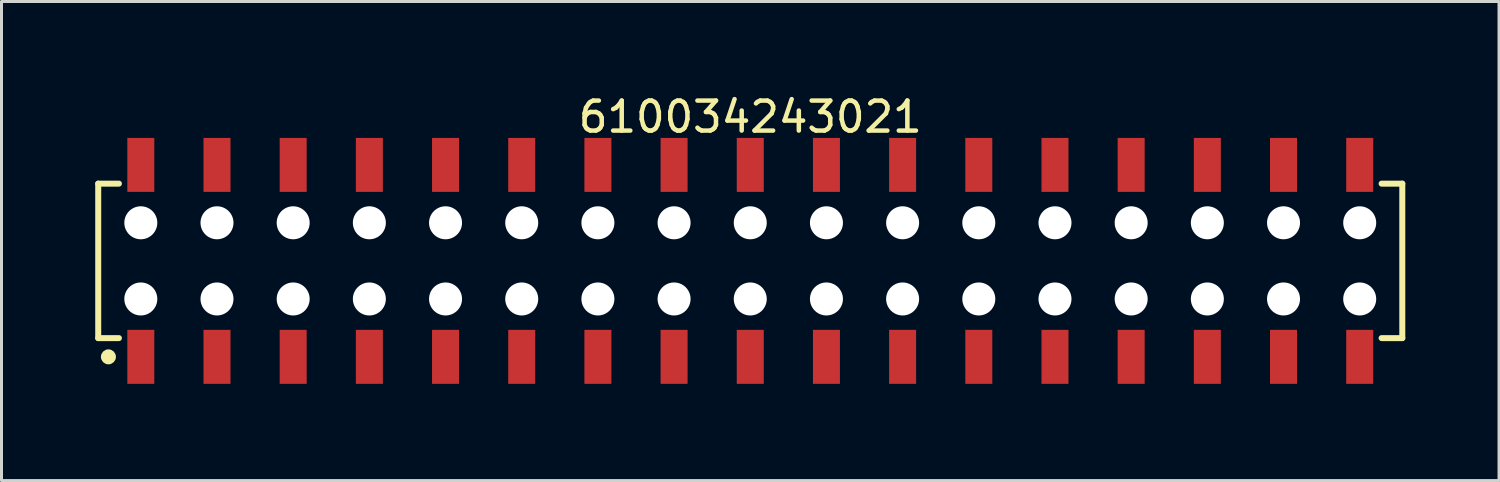
<source format=kicad_pcb>
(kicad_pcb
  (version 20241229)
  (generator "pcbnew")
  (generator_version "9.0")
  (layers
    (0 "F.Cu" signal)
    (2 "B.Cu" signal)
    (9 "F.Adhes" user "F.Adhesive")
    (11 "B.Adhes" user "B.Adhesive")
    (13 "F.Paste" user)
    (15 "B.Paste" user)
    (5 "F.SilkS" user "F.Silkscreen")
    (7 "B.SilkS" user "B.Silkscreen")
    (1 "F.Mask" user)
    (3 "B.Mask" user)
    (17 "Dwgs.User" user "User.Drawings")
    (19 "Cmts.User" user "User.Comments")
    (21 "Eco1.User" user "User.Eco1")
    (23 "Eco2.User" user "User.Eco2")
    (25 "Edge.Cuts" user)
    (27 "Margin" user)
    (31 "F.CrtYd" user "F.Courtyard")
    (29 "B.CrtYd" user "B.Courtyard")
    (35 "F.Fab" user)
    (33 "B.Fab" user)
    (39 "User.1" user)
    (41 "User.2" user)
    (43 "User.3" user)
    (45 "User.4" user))
  (footprint "610034243021"
    (layer "F.Cu")
    (at 21.965 5.648)
    (property "Reference" "610034243021" (at 0 -4.8 0) (layer "F.SilkS") (effects (font (size 1 1) (thickness 0.15))))
    (fp_line (start -21.74 -2.575) (end -21.05 -2.575) (stroke (width 0.2) (type solid)) (layer "F.SilkS"))
    (fp_line (start -21.74 2.575) (end -21.74 -2.575) (stroke (width 0.2) (type solid)) (layer "F.SilkS"))
    (fp_line (start -21.74 2.575) (end -21.05 2.575) (stroke (width 0.2) (type solid)) (layer "F.SilkS"))
    (fp_line (start 21.05 -2.575) (end 21.74 -2.575) (stroke (width 0.2) (type solid)) (layer "F.SilkS"))
    (fp_line (start 21.05 2.575) (end 21.74 2.575) (stroke (width 0.2) (type solid)) (layer "F.SilkS"))
    (fp_line (start 21.74 2.575) (end 21.74 -2.575) (stroke (width 0.2) (type solid)) (layer "F.SilkS"))
    (fp_circle (center -21.4 3.2) (end -21.4 3.075) (stroke (width 0.25) (type solid)) (fill no) (layer "F.SilkS"))
    (fp_line (start -21.94 -4.3) (end 21.94 -4.3) (stroke (width 0.05) (type solid)) (layer "Eco2.User"))
    (fp_line (start -21.94 4.3) (end -21.94 -4.3) (stroke (width 0.05) (type solid)) (layer "Eco2.User"))
    (fp_line (start -21.94 4.3) (end 21.94 4.3) (stroke (width 0.05) (type solid)) (layer "Eco2.User"))
    (fp_line (start -21.59 -2.5) (end 21.59 -2.5) (stroke (width 0.1) (type solid)) (layer "Eco2.User"))
    (fp_line (start -21.59 2.5) (end -21.59 -2.5) (stroke (width 0.1) (type solid)) (layer "Eco2.User"))
    (fp_line (start -21.59 2.5) (end 21.59 2.5) (stroke (width 0.1) (type solid)) (layer "Eco2.User"))
    (fp_line (start -20.57 -3.6) (end -20.07 -3.6) (stroke (width 0.1) (type solid)) (layer "Eco2.User"))
    (fp_line (start -20.57 -2.5) (end -20.57 -3.6) (stroke (width 0.1) (type solid)) (layer "Eco2.User"))
    (fp_line (start -20.57 3.6) (end -20.57 2.5) (stroke (width 0.1) (type solid)) (layer "Eco2.User"))
    (fp_line (start -20.57 3.6) (end -20.07 3.6) (stroke (width 0.1) (type solid)) (layer "Eco2.User"))
    (fp_line (start -20.07 -2.5) (end -20.07 -3.6) (stroke (width 0.1) (type solid)) (layer "Eco2.User"))
    (fp_line (start -20.07 3.6) (end -20.07 2.5) (stroke (width 0.1) (type solid)) (layer "Eco2.User"))
    (fp_line (start -18.03 -3.6) (end -17.53 -3.6) (stroke (width 0.1) (type solid)) (layer "Eco2.User"))
    (fp_line (start -18.03 -2.5) (end -18.03 -3.6) (stroke (width 0.1) (type solid)) (layer "Eco2.User"))
    (fp_line (start -18.03 3.6) (end -18.03 2.5) (stroke (width 0.1) (type solid)) (layer "Eco2.User"))
    (fp_line (start -18.03 3.6) (end -17.53 3.6) (stroke (width 0.1) (type solid)) (layer "Eco2.User"))
    (fp_line (start -17.53 -2.5) (end -17.53 -3.6) (stroke (width 0.1) (type solid)) (layer "Eco2.User"))
    (fp_line (start -17.53 3.6) (end -17.53 2.5) (stroke (width 0.1) (type solid)) (layer "Eco2.User"))
    (fp_line (start -15.49 -3.6) (end -14.99 -3.6) (stroke (width 0.1) (type solid)) (layer "Eco2.User"))
    (fp_line (start -15.49 -2.5) (end -15.49 -3.6) (stroke (width 0.1) (type solid)) (layer "Eco2.User"))
    (fp_line (start -15.49 3.6) (end -15.49 2.5) (stroke (width 0.1) (type solid)) (layer "Eco2.User"))
    (fp_line (start -15.49 3.6) (end -14.99 3.6) (stroke (width 0.1) (type solid)) (layer "Eco2.User"))
    (fp_line (start -14.99 -2.5) (end -14.99 -3.6) (stroke (width 0.1) (type solid)) (layer "Eco2.User"))
    (fp_line (start -14.99 3.6) (end -14.99 2.5) (stroke (width 0.1) (type solid)) (layer "Eco2.User"))
    (fp_line (start -12.95 -3.6) (end -12.45 -3.6) (stroke (width 0.1) (type solid)) (layer "Eco2.User"))
    (fp_line (start -12.95 -2.5) (end -12.95 -3.6) (stroke (width 0.1) (type solid)) (layer "Eco2.User"))
    (fp_line (start -12.95 3.6) (end -12.95 2.5) (stroke (width 0.1) (type solid)) (layer "Eco2.User"))
    (fp_line (start -12.95 3.6) (end -12.45 3.6) (stroke (width 0.1) (type solid)) (layer "Eco2.User"))
    (fp_line (start -12.45 -2.5) (end -12.45 -3.6) (stroke (width 0.1) (type solid)) (layer "Eco2.User"))
    (fp_line (start -12.45 3.6) (end -12.45 2.5) (stroke (width 0.1) (type solid)) (layer "Eco2.User"))
    (fp_line (start -10.41 -3.6) (end -9.91 -3.6) (stroke (width 0.1) (type solid)) (layer "Eco2.User"))
    (fp_line (start -10.41 -2.5) (end -10.41 -3.6) (stroke (width 0.1) (type solid)) (layer "Eco2.User"))
    (fp_line (start -10.41 3.6) (end -10.41 2.5) (stroke (width 0.1) (type solid)) (layer "Eco2.User"))
    (fp_line (start -10.41 3.6) (end -9.91 3.6) (stroke (width 0.1) (type solid)) (layer "Eco2.User"))
    (fp_line (start -9.91 -2.5) (end -9.91 -3.6) (stroke (width 0.1) (type solid)) (layer "Eco2.User"))
    (fp_line (start -9.91 3.6) (end -9.91 2.5) (stroke (width 0.1) (type solid)) (layer "Eco2.User"))
    (fp_line (start -7.87 -3.6) (end -7.37 -3.6) (stroke (width 0.1) (type solid)) (layer "Eco2.User"))
    (fp_line (start -7.87 -2.5) (end -7.87 -3.6) (stroke (width 0.1) (type solid)) (layer "Eco2.User"))
    (fp_line (start -7.87 3.6) (end -7.87 2.5) (stroke (width 0.1) (type solid)) (layer "Eco2.User"))
    (fp_line (start -7.87 3.6) (end -7.37 3.6) (stroke (width 0.1) (type solid)) (layer "Eco2.User"))
    (fp_line (start -7.37 -2.5) (end -7.37 -3.6) (stroke (width 0.1) (type solid)) (layer "Eco2.User"))
    (fp_line (start -7.37 3.6) (end -7.37 2.5) (stroke (width 0.1) (type solid)) (layer "Eco2.User"))
    (fp_line (start -5.33 -3.6) (end -4.83 -3.6) (stroke (width 0.1) (type solid)) (layer "Eco2.User"))
    (fp_line (start -5.33 -2.5) (end -5.33 -3.6) (stroke (width 0.1) (type solid)) (layer "Eco2.User"))
    (fp_line (start -5.33 3.6) (end -5.33 2.5) (stroke (width 0.1) (type solid)) (layer "Eco2.User"))
    (fp_line (start -5.33 3.6) (end -4.83 3.6) (stroke (width 0.1) (type solid)) (layer "Eco2.User"))
    (fp_line (start -4.83 -2.5) (end -4.83 -3.6) (stroke (width 0.1) (type solid)) (layer "Eco2.User"))
    (fp_line (start -4.83 3.6) (end -4.83 2.5) (stroke (width 0.1) (type solid)) (layer "Eco2.User"))
    (fp_line (start -2.79 -3.6) (end -2.29 -3.6) (stroke (width 0.1) (type solid)) (layer "Eco2.User"))
    (fp_line (start -2.79 -2.5) (end -2.79 -3.6) (stroke (width 0.1) (type solid)) (layer "Eco2.User"))
    (fp_line (start -2.79 3.6) (end -2.79 2.5) (stroke (width 0.1) (type solid)) (layer "Eco2.User"))
    (fp_line (start -2.79 3.6) (end -2.29 3.6) (stroke (width 0.1) (type solid)) (layer "Eco2.User"))
    (fp_line (start -2.29 -2.5) (end -2.29 -3.6) (stroke (width 0.1) (type solid)) (layer "Eco2.User"))
    (fp_line (start -2.29 3.6) (end -2.29 2.5) (stroke (width 0.1) (type solid)) (layer "Eco2.User"))
    (fp_line (start -0.5 0) (end 0.5 0) (stroke (width 0.05) (type solid)) (layer "Eco2.User"))
    (fp_line (start -0.25 -3.6) (end 0.25 -3.6) (stroke (width 0.1) (type solid)) (layer "Eco2.User"))
    (fp_line (start -0.25 -2.5) (end -0.25 -3.6) (stroke (width 0.1) (type solid)) (layer "Eco2.User"))
    (fp_line (start -0.25 3.6) (end -0.25 2.5) (stroke (width 0.1) (type solid)) (layer "Eco2.User"))
    (fp_line (start -0.25 3.6) (end 0.25 3.6) (stroke (width 0.1) (type solid)) (layer "Eco2.User"))
    (fp_line (start 0 0.5) (end 0 -0.5) (stroke (width 0.05) (type solid)) (layer "Eco2.User"))
    (fp_line (start 0.25 -2.5) (end 0.25 -3.6) (stroke (width 0.1) (type solid)) (layer "Eco2.User"))
    (fp_line (start 0.25 3.6) (end 0.25 2.5) (stroke (width 0.1) (type solid)) (layer "Eco2.User"))
    (fp_line (start 2.29 -3.6) (end 2.79 -3.6) (stroke (width 0.1) (type solid)) (layer "Eco2.User"))
    (fp_line (start 2.29 -2.5) (end 2.29 -3.6) (stroke (width 0.1) (type solid)) (layer "Eco2.User"))
    (fp_line (start 2.29 3.6) (end 2.29 2.5) (stroke (width 0.1) (type solid)) (layer "Eco2.User"))
    (fp_line (start 2.29 3.6) (end 2.79 3.6) (stroke (width 0.1) (type solid)) (layer "Eco2.User"))
    (fp_line (start 2.79 -2.5) (end 2.79 -3.6) (stroke (width 0.1) (type solid)) (layer "Eco2.User"))
    (fp_line (start 2.79 3.6) (end 2.79 2.5) (stroke (width 0.1) (type solid)) (layer "Eco2.User"))
    (fp_line (start 4.83 -3.6) (end 5.33 -3.6) (stroke (width 0.1) (type solid)) (layer "Eco2.User"))
    (fp_line (start 4.83 -2.5) (end 4.83 -3.6) (stroke (width 0.1) (type solid)) (layer "Eco2.User"))
    (fp_line (start 4.83 3.6) (end 4.83 2.5) (stroke (width 0.1) (type solid)) (layer "Eco2.User"))
    (fp_line (start 4.83 3.6) (end 5.33 3.6) (stroke (width 0.1) (type solid)) (layer "Eco2.User"))
    (fp_line (start 5.33 -2.5) (end 5.33 -3.6) (stroke (width 0.1) (type solid)) (layer "Eco2.User"))
    (fp_line (start 5.33 3.6) (end 5.33 2.5) (stroke (width 0.1) (type solid)) (layer "Eco2.User"))
    (fp_line (start 7.37 -3.6) (end 7.87 -3.6) (stroke (width 0.1) (type solid)) (layer "Eco2.User"))
    (fp_line (start 7.37 -2.5) (end 7.37 -3.6) (stroke (width 0.1) (type solid)) (layer "Eco2.User"))
    (fp_line (start 7.37 3.6) (end 7.37 2.5) (stroke (width 0.1) (type solid)) (layer "Eco2.User"))
    (fp_line (start 7.37 3.6) (end 7.87 3.6) (stroke (width 0.1) (type solid)) (layer "Eco2.User"))
    (fp_line (start 7.87 -2.5) (end 7.87 -3.6) (stroke (width 0.1) (type solid)) (layer "Eco2.User"))
    (fp_line (start 7.87 3.6) (end 7.87 2.5) (stroke (width 0.1) (type solid)) (layer "Eco2.User"))
    (fp_line (start 9.91 -3.6) (end 10.41 -3.6) (stroke (width 0.1) (type solid)) (layer "Eco2.User"))
    (fp_line (start 9.91 -2.5) (end 9.91 -3.6) (stroke (width 0.1) (type solid)) (layer "Eco2.User"))
    (fp_line (start 9.91 3.6) (end 9.91 2.5) (stroke (width 0.1) (type solid)) (layer "Eco2.User"))
    (fp_line (start 9.91 3.6) (end 10.41 3.6) (stroke (width 0.1) (type solid)) (layer "Eco2.User"))
    (fp_line (start 10.41 -2.5) (end 10.41 -3.6) (stroke (width 0.1) (type solid)) (layer "Eco2.User"))
    (fp_line (start 10.41 3.6) (end 10.41 2.5) (stroke (width 0.1) (type solid)) (layer "Eco2.User"))
    (fp_line (start 12.45 -3.6) (end 12.95 -3.6) (stroke (width 0.1) (type solid)) (layer "Eco2.User"))
    (fp_line (start 12.45 -2.5) (end 12.45 -3.6) (stroke (width 0.1) (type solid)) (layer "Eco2.User"))
    (fp_line (start 12.45 3.6) (end 12.45 2.5) (stroke (width 0.1) (type solid)) (layer "Eco2.User"))
    (fp_line (start 12.45 3.6) (end 12.95 3.6) (stroke (width 0.1) (type solid)) (layer "Eco2.User"))
    (fp_line (start 12.95 -2.5) (end 12.95 -3.6) (stroke (width 0.1) (type solid)) (layer "Eco2.User"))
    (fp_line (start 12.95 3.6) (end 12.95 2.5) (stroke (width 0.1) (type solid)) (layer "Eco2.User"))
    (fp_line (start 14.99 -3.6) (end 15.49 -3.6) (stroke (width 0.1) (type solid)) (layer "Eco2.User"))
    (fp_line (start 14.99 -2.5) (end 14.99 -3.6) (stroke (width 0.1) (type solid)) (layer "Eco2.User"))
    (fp_line (start 14.99 3.6) (end 14.99 2.5) (stroke (width 0.1) (type solid)) (layer "Eco2.User"))
    (fp_line (start 14.99 3.6) (end 15.49 3.6) (stroke (width 0.1) (type solid)) (layer "Eco2.User"))
    (fp_line (start 15.49 -2.5) (end 15.49 -3.6) (stroke (width 0.1) (type solid)) (layer "Eco2.User"))
    (fp_line (start 15.49 3.6) (end 15.49 2.5) (stroke (width 0.1) (type solid)) (layer "Eco2.User"))
    (fp_line (start 17.53 -3.6) (end 18.03 -3.6) (stroke (width 0.1) (type solid)) (layer "Eco2.User"))
    (fp_line (start 17.53 -2.5) (end 17.53 -3.6) (stroke (width 0.1) (type solid)) (layer "Eco2.User"))
    (fp_line (start 17.53 3.6) (end 17.53 2.5) (stroke (width 0.1) (type solid)) (layer "Eco2.User"))
    (fp_line (start 17.53 3.6) (end 18.03 3.6) (stroke (width 0.1) (type solid)) (layer "Eco2.User"))
    (fp_line (start 18.03 -2.5) (end 18.03 -3.6) (stroke (width 0.1) (type solid)) (layer "Eco2.User"))
    (fp_line (start 18.03 3.6) (end 18.03 2.5) (stroke (width 0.1) (type solid)) (layer "Eco2.User"))
    (fp_line (start 20.07 -3.6) (end 20.57 -3.6) (stroke (width 0.1) (type solid)) (layer "Eco2.User"))
    (fp_line (start 20.07 -2.5) (end 20.07 -3.6) (stroke (width 0.1) (type solid)) (layer "Eco2.User"))
    (fp_line (start 20.07 3.6) (end 20.07 2.5) (stroke (width 0.1) (type solid)) (layer "Eco2.User"))
    (fp_line (start 20.07 3.6) (end 20.57 3.6) (stroke (width 0.1) (type solid)) (layer "Eco2.User"))
    (fp_line (start 20.57 -2.5) (end 20.57 -3.6) (stroke (width 0.1) (type solid)) (layer "Eco2.User"))
    (fp_line (start 20.57 3.6) (end 20.57 2.5) (stroke (width 0.1) (type solid)) (layer "Eco2.User"))
    (fp_line (start 21.59 2.5) (end 21.59 -2.5) (stroke (width 0.1) (type solid)) (layer "Eco2.User"))
    (fp_line (start 21.94 4.3) (end 21.94 -4.3) (stroke (width 0.05) (type solid)) (layer "Eco2.User"))
    (fp_text user "${REFERENCE}" (at 0.15 -0.197 0) (unlocked yes) (layer "User.3") (effects (font (size 1.5 1.5) (thickness 0.15))))
    (pad "" np_thru_hole circle (at -20.32 -1.27) (size 1.1 1.1) (drill 1.1) (layers "*.Cu" "*.Mask"))
    (pad "" np_thru_hole circle (at -20.32 1.27) (size 1.1 1.1) (drill 1.1) (layers "*.Cu" "*.Mask"))
    (pad "" np_thru_hole circle (at -17.78 -1.27) (size 1.1 1.1) (drill 1.1) (layers "*.Cu" "*.Mask"))
    (pad "" np_thru_hole circle (at -17.78 1.27) (size 1.1 1.1) (drill 1.1) (layers "*.Cu" "*.Mask"))
    (pad "" np_thru_hole circle (at -15.24 -1.27) (size 1.1 1.1) (drill 1.1) (layers "*.Cu" "*.Mask"))
    (pad "" np_thru_hole circle (at -15.24 1.27) (size 1.1 1.1) (drill 1.1) (layers "*.Cu" "*.Mask"))
    (pad "" np_thru_hole circle (at -12.7 -1.27) (size 1.1 1.1) (drill 1.1) (layers "*.Cu" "*.Mask"))
    (pad "" np_thru_hole circle (at -12.7 1.27) (size 1.1 1.1) (drill 1.1) (layers "*.Cu" "*.Mask"))
    (pad "" np_thru_hole circle (at -10.16 -1.27) (size 1.1 1.1) (drill 1.1) (layers "*.Cu" "*.Mask"))
    (pad "" np_thru_hole circle (at -10.16 1.27) (size 1.1 1.1) (drill 1.1) (layers "*.Cu" "*.Mask"))
    (pad "" np_thru_hole circle (at -7.62 -1.27) (size 1.1 1.1) (drill 1.1) (layers "*.Cu" "*.Mask"))
    (pad "" np_thru_hole circle (at -7.62 1.27) (size 1.1 1.1) (drill 1.1) (layers "*.Cu" "*.Mask"))
    (pad "" np_thru_hole circle (at -5.08 -1.27) (size 1.1 1.1) (drill 1.1) (layers "*.Cu" "*.Mask"))
    (pad "" np_thru_hole circle (at -5.08 1.27) (size 1.1 1.1) (drill 1.1) (layers "*.Cu" "*.Mask"))
    (pad "" np_thru_hole circle (at -2.54 -1.27) (size 1.1 1.1) (drill 1.1) (layers "*.Cu" "*.Mask"))
    (pad "" np_thru_hole circle (at -2.54 1.27) (size 1.1 1.1) (drill 1.1) (layers "*.Cu" "*.Mask"))
    (pad "" np_thru_hole circle (at 0 -1.27) (size 1.1 1.1) (drill 1.1) (layers "*.Cu" "*.Mask"))
    (pad "" np_thru_hole circle (at 0 1.27) (size 1.1 1.1) (drill 1.1) (layers "*.Cu" "*.Mask"))
    (pad "" np_thru_hole circle (at 2.54 -1.27) (size 1.1 1.1) (drill 1.1) (layers "*.Cu" "*.Mask"))
    (pad "" np_thru_hole circle (at 2.54 1.27) (size 1.1 1.1) (drill 1.1) (layers "*.Cu" "*.Mask"))
    (pad "" np_thru_hole circle (at 5.08 -1.27) (size 1.1 1.1) (drill 1.1) (layers "*.Cu" "*.Mask"))
    (pad "" np_thru_hole circle (at 5.08 1.27) (size 1.1 1.1) (drill 1.1) (layers "*.Cu" "*.Mask"))
    (pad "" np_thru_hole circle (at 7.62 -1.27) (size 1.1 1.1) (drill 1.1) (layers "*.Cu" "*.Mask"))
    (pad "" np_thru_hole circle (at 7.62 1.27) (size 1.1 1.1) (drill 1.1) (layers "*.Cu" "*.Mask"))
    (pad "" np_thru_hole circle (at 10.16 -1.27) (size 1.1 1.1) (drill 1.1) (layers "*.Cu" "*.Mask"))
    (pad "" np_thru_hole circle (at 10.16 1.27) (size 1.1 1.1) (drill 1.1) (layers "*.Cu" "*.Mask"))
    (pad "" np_thru_hole circle (at 12.7 -1.27) (size 1.1 1.1) (drill 1.1) (layers "*.Cu" "*.Mask"))
    (pad "" np_thru_hole circle (at 12.7 1.27) (size 1.1 1.1) (drill 1.1) (layers "*.Cu" "*.Mask"))
    (pad "" np_thru_hole circle (at 15.24 -1.27) (size 1.1 1.1) (drill 1.1) (layers "*.Cu" "*.Mask"))
    (pad "" np_thru_hole circle (at 15.24 1.27) (size 1.1 1.1) (drill 1.1) (layers "*.Cu" "*.Mask"))
    (pad "" np_thru_hole circle (at 17.78 -1.27) (size 1.1 1.1) (drill 1.1) (layers "*.Cu" "*.Mask"))
    (pad "" np_thru_hole circle (at 17.78 1.27) (size 1.1 1.1) (drill 1.1) (layers "*.Cu" "*.Mask"))
    (pad "" np_thru_hole circle (at 20.32 -1.27) (size 1.1 1.1) (drill 1.1) (layers "*.Cu" "*.Mask"))
    (pad "" np_thru_hole circle (at 20.32 1.27) (size 1.1 1.1) (drill 1.1) (layers "*.Cu" "*.Mask"))
    (pad "1" smd rect (at -20.32 3.2) (size 0.9 1.8) (layers "F.Cu" "F.Mask" "F.Paste"))
    (pad "2" smd rect (at -20.32 -3.2) (size 0.9 1.8) (layers "F.Cu" "F.Mask" "F.Paste"))
    (pad "3" smd rect (at -17.78 3.2) (size 0.9 1.8) (layers "F.Cu" "F.Mask" "F.Paste"))
    (pad "4" smd rect (at -17.78 -3.2) (size 0.9 1.8) (layers "F.Cu" "F.Mask" "F.Paste"))
    (pad "5" smd rect (at -15.24 3.2) (size 0.9 1.8) (layers "F.Cu" "F.Mask" "F.Paste"))
    (pad "6" smd rect (at -15.24 -3.2) (size 0.9 1.8) (layers "F.Cu" "F.Mask" "F.Paste"))
    (pad "7" smd rect (at -12.7 3.2) (size 0.9 1.8) (layers "F.Cu" "F.Mask" "F.Paste"))
    (pad "8" smd rect (at -12.7 -3.2) (size 0.9 1.8) (layers "F.Cu" "F.Mask" "F.Paste"))
    (pad "9" smd rect (at -10.16 3.2) (size 0.9 1.8) (layers "F.Cu" "F.Mask" "F.Paste"))
    (pad "10" smd rect (at -10.16 -3.2) (size 0.9 1.8) (layers "F.Cu" "F.Mask" "F.Paste"))
    (pad "11" smd rect (at -7.62 3.2) (size 0.9 1.8) (layers "F.Cu" "F.Mask" "F.Paste"))
    (pad "12" smd rect (at -7.62 -3.2) (size 0.9 1.8) (layers "F.Cu" "F.Mask" "F.Paste"))
    (pad "13" smd rect (at -5.08 3.2) (size 0.9 1.8) (layers "F.Cu" "F.Mask" "F.Paste"))
    (pad "14" smd rect (at -5.08 -3.2) (size 0.9 1.8) (layers "F.Cu" "F.Mask" "F.Paste"))
    (pad "15" smd rect (at -2.54 3.2) (size 0.9 1.8) (layers "F.Cu" "F.Mask" "F.Paste"))
    (pad "16" smd rect (at -2.54 -3.2) (size 0.9 1.8) (layers "F.Cu" "F.Mask" "F.Paste"))
    (pad "17" smd rect (at 0 3.2) (size 0.9 1.8) (layers "F.Cu" "F.Mask" "F.Paste"))
    (pad "18" smd rect (at 0 -3.2) (size 0.9 1.8) (layers "F.Cu" "F.Mask" "F.Paste"))
    (pad "19" smd rect (at 2.54 3.2) (size 0.9 1.8) (layers "F.Cu" "F.Mask" "F.Paste"))
    (pad "20" smd rect (at 2.54 -3.2) (size 0.9 1.8) (layers "F.Cu" "F.Mask" "F.Paste"))
    (pad "21" smd rect (at 5.08 3.2) (size 0.9 1.8) (layers "F.Cu" "F.Mask" "F.Paste"))
    (pad "22" smd rect (at 5.08 -3.2) (size 0.9 1.8) (layers "F.Cu" "F.Mask" "F.Paste"))
    (pad "23" smd rect (at 7.62 3.2) (size 0.9 1.8) (layers "F.Cu" "F.Mask" "F.Paste"))
    (pad "24" smd rect (at 7.62 -3.2) (size 0.9 1.8) (layers "F.Cu" "F.Mask" "F.Paste"))
    (pad "25" smd rect (at 10.16 3.2) (size 0.9 1.8) (layers "F.Cu" "F.Mask" "F.Paste"))
    (pad "26" smd rect (at 10.16 -3.2) (size 0.9 1.8) (layers "F.Cu" "F.Mask" "F.Paste"))
    (pad "27" smd rect (at 12.7 3.2) (size 0.9 1.8) (layers "F.Cu" "F.Mask" "F.Paste"))
    (pad "28" smd rect (at 12.7 -3.2) (size 0.9 1.8) (layers "F.Cu" "F.Mask" "F.Paste"))
    (pad "29" smd rect (at 15.24 3.2) (size 0.9 1.8) (layers "F.Cu" "F.Mask" "F.Paste"))
    (pad "30" smd rect (at 15.24 -3.2) (size 0.9 1.8) (layers "F.Cu" "F.Mask" "F.Paste"))
    (pad "31" smd rect (at 17.78 3.2) (size 0.9 1.8) (layers "F.Cu" "F.Mask" "F.Paste"))
    (pad "32" smd rect (at 17.78 -3.2) (size 0.9 1.8) (layers "F.Cu" "F.Mask" "F.Paste"))
    (pad "33" smd rect (at 20.32 3.2) (size 0.9 1.8) (layers "F.Cu" "F.Mask" "F.Paste"))
    (pad "34" smd rect (at 20.32 -3.2) (size 0.9 1.8) (layers "F.Cu" "F.Mask" "F.Paste")))
  (gr_rect
    (start -3 -3)
    (end 46.93 12.973)
    (stroke (width 0.1) (type default))
    (fill no)
    (layer "Edge.Cuts")))
</source>
